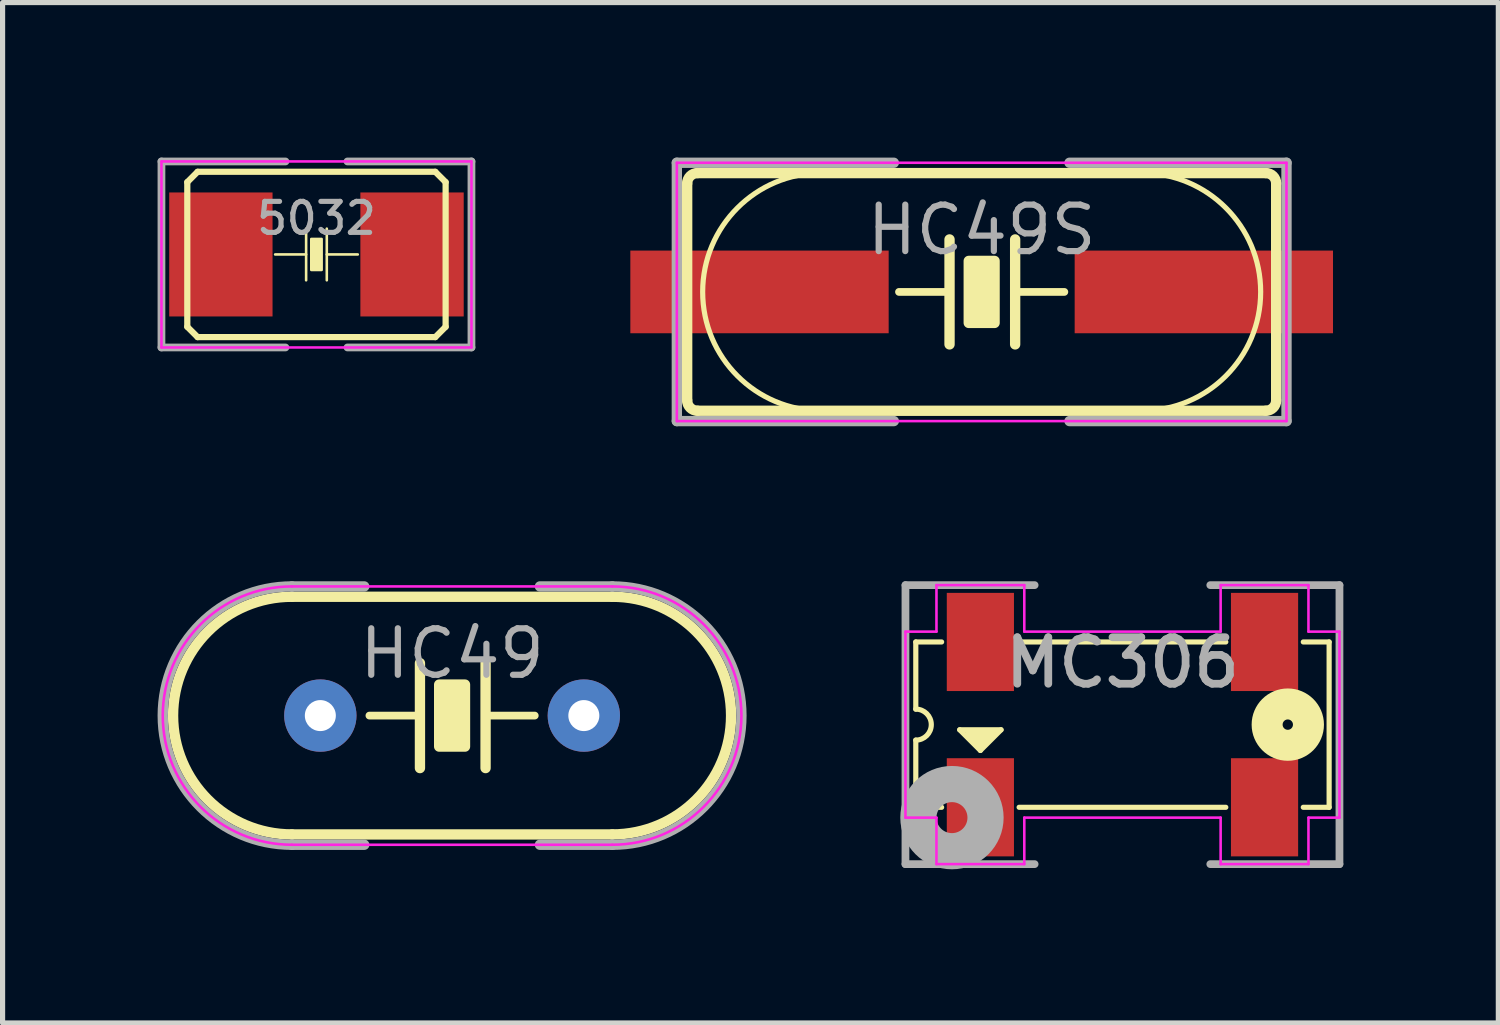
<source format=kicad_pcb>
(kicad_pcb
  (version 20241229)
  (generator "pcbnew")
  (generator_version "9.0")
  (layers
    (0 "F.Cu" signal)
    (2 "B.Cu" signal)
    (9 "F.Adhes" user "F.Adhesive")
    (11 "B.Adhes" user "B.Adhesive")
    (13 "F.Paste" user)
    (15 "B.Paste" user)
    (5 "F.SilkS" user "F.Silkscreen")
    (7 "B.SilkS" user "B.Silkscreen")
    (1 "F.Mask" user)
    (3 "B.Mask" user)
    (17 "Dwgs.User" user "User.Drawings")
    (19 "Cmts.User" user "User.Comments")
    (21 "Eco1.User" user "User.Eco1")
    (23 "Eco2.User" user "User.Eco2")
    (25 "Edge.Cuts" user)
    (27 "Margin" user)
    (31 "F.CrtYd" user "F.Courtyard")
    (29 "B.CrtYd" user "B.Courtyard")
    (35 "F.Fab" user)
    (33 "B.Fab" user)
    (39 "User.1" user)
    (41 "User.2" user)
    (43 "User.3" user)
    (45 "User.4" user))
  (footprint "HC49"
    (layer "F.Cu")
    (at 5.7 10.8)
    (property "Reference" "HC49" (at 0 -1.2 0) (layer "F.Fab") (effects (font (size 0.9 0.9) (thickness 0.12))))
    (attr through_hole)
    (fp_line (start -3.1 -2.3) (end 3.1 -2.3) (stroke (width 0.2) (type solid)) (layer "F.SilkS"))
    (fp_line (start -3.1 2.3) (end 3.1 2.3) (stroke (width 0.2) (type solid)) (layer "F.SilkS"))
    (fp_line (start -1.6 0) (end -0.622 0) (stroke (width 0.15) (type solid)) (layer "F.SilkS"))
    (fp_line (start -0.622 -1.016) (end -0.622 1.016) (stroke (width 0.2) (type solid)) (layer "F.SilkS"))
    (fp_line (start 0.648 -1.016) (end 0.648 1.016) (stroke (width 0.2) (type solid)) (layer "F.SilkS"))
    (fp_line (start 0.648 0) (end 1.6 0) (stroke (width 0.15) (type solid)) (layer "F.SilkS"))
    (fp_arc (start -3.1 2.3) (mid -5.4 0) (end -3.1 -2.3) (stroke (width 0.2) (type solid)) (layer "F.SilkS"))
    (fp_arc (start 3.1 -2.3) (mid 5.4 0) (end 3.1 2.3) (stroke (width 0.2) (type solid)) (layer "F.SilkS"))
    (fp_poly (pts (xy 0.25 0.6) (xy -0.25 0.6) (xy -0.25 -0.6) (xy 0.25 -0.6)) (stroke (width 0.2) (type solid)) (fill yes) (layer "F.SilkS"))
    (fp_line (start 3.1 -2.5) (end -3.1 -2.5) (stroke (width 0.05) (type solid)) (layer "F.CrtYd"))
    (fp_line (start 3.1 2.5) (end -3.1 2.5) (stroke (width 0.05) (type solid)) (layer "F.CrtYd"))
    (fp_arc (start -3.1 2.5) (mid -5.6 0) (end -3.1 -2.5) (stroke (width 0.05) (type solid)) (layer "F.CrtYd"))
    (fp_arc (start 3.1 -2.5) (mid 5.6 0) (end 3.1 2.5) (stroke (width 0.05) (type solid)) (layer "F.CrtYd"))
    (fp_line (start -3.1 -2.5) (end -1.7 -2.5) (stroke (width 0.2) (type solid)) (layer "F.Fab"))
    (fp_line (start -3.1 2.5) (end -1.7 2.5) (stroke (width 0.2) (type solid)) (layer "F.Fab"))
    (fp_line (start 1.7 -2.5) (end 3.1 -2.5) (stroke (width 0.2) (type solid)) (layer "F.Fab"))
    (fp_line (start 1.7 2.5) (end 3.1 2.5) (stroke (width 0.2) (type solid)) (layer "F.Fab"))
    (fp_arc (start -3.1 2.5) (mid -5.6 0) (end -3.1 -2.5) (stroke (width 0.2) (type solid)) (layer "F.Fab"))
    (fp_arc (start 3.1 -2.5) (mid 5.6 0) (end 3.1 2.5) (stroke (width 0.2) (type solid)) (layer "F.Fab"))
    (pad "1" thru_hole circle (at -2.55 0) (size 1.4 1.4) (drill 0.6) (layers "*.Cu" "*.Mask"))
    (pad "2" thru_hole circle (at 2.55 0) (size 1.4 1.4) (drill 0.6) (layers "*.Cu" "*.Mask")))
  (footprint "5032"
    (layer "F.Cu")
    (at 3.075 1.875)
    (property "Reference" "5032" (at 0 -0.7 0) (layer "F.Fab") (effects (font (size 0.6 0.6) (thickness 0.1))))
    (attr smd)
    (fp_line (start -2.5 -1.4) (end -2.5 1.4) (stroke (width 0.12) (type solid)) (layer "F.SilkS"))
    (fp_line (start -2.3 -1.6) (end -2.5 -1.4) (stroke (width 0.12) (type solid)) (layer "F.SilkS"))
    (fp_line (start -2.3 -1.6) (end 2.3 -1.6) (stroke (width 0.12) (type solid)) (layer "F.SilkS"))
    (fp_line (start -2.3 1.6) (end -2.5 1.4) (stroke (width 0.12) (type solid)) (layer "F.SilkS"))
    (fp_line (start -2.3 1.6) (end 2.3 1.6) (stroke (width 0.12) (type solid)) (layer "F.SilkS"))
    (fp_line (start -0.2 0) (end -0.8 0) (stroke (width 0.05) (type solid)) (layer "F.SilkS"))
    (fp_line (start -0.2 0.5) (end -0.2 -0.5) (stroke (width 0.05) (type solid)) (layer "F.SilkS"))
    (fp_line (start 0.2 -0.5) (end 0.2 0.5) (stroke (width 0.05) (type solid)) (layer "F.SilkS"))
    (fp_line (start 0.8 0) (end 0.2 0) (stroke (width 0.05) (type solid)) (layer "F.SilkS"))
    (fp_line (start 2.3 -1.6) (end 2.5 -1.4) (stroke (width 0.12) (type solid)) (layer "F.SilkS"))
    (fp_line (start 2.5 1.4) (end 2.3 1.6) (stroke (width 0.12) (type solid)) (layer "F.SilkS"))
    (fp_line (start 2.5 1.4) (end 2.5 -1.4) (stroke (width 0.12) (type solid)) (layer "F.SilkS"))
    (fp_poly (pts (xy 0.1 0.3) (xy -0.1 0.3) (xy -0.1 -0.3) (xy 0.1 -0.3)) (stroke (width 0.05) (type solid)) (fill yes) (layer "F.SilkS"))
    (fp_line (start -3 -1.8) (end 3 -1.8) (stroke (width 0.05) (type solid)) (layer "F.CrtYd"))
    (fp_line (start -3 1.8) (end -3 -1.8) (stroke (width 0.05) (type solid)) (layer "F.CrtYd"))
    (fp_line (start 3 -1.8) (end 3 1.8) (stroke (width 0.05) (type solid)) (layer "F.CrtYd"))
    (fp_line (start 3 1.8) (end -3 1.8) (stroke (width 0.05) (type solid)) (layer "F.CrtYd"))
    (fp_line (start -3 -1.8) (end -3 1.8) (stroke (width 0.15) (type solid)) (layer "F.Fab"))
    (fp_line (start -3 -1.8) (end -0.6 -1.8) (stroke (width 0.15) (type solid)) (layer "F.Fab"))
    (fp_line (start -3 1.8) (end -0.6 1.8) (stroke (width 0.15) (type solid)) (layer "F.Fab"))
    (fp_line (start 0.6 -1.8) (end 3 -1.8) (stroke (width 0.15) (type solid)) (layer "F.Fab"))
    (fp_line (start 3 -1.8) (end 3 1.8) (stroke (width 0.15) (type solid)) (layer "F.Fab"))
    (fp_line (start 3 1.8) (end 0.6 1.8) (stroke (width 0.15) (type solid)) (layer "F.Fab"))
    (pad "1" smd rect (at -1.85 0) (size 2 2.4) (layers "F.Cu" "F.Mask" "F.Paste"))
    (pad "2" smd rect (at 1.85 0) (size 2 2.4) (layers "F.Cu" "F.Mask" "F.Paste")))
  (footprint "MC306"
    (layer "F.Cu")
    (at 18.675 10.975)
    (property "Reference" "MC306" (at 0 -1.2 0) (layer "F.Fab") (effects (font (size 0.9 0.9) (thickness 0.15))))
    (attr smd)
    (fp_line (start -4 -1.6) (end -3.5 -1.6) (stroke (width 0.1) (type solid)) (layer "F.SilkS"))
    (fp_line (start -4 -0.3) (end -4 -1.6) (stroke (width 0.1) (type solid)) (layer "F.SilkS"))
    (fp_line (start -4 0.3) (end -4 1.6) (stroke (width 0.1) (type solid)) (layer "F.SilkS"))
    (fp_line (start -4 1.6) (end -3.5 1.6) (stroke (width 0.1) (type solid)) (layer "F.SilkS"))
    (fp_line (start -3.15 0.1) (end -2.35 0.1) (stroke (width 0.1) (type solid)) (layer "F.SilkS"))
    (fp_line (start -2.95 0.2) (end -2.55 0.2) (stroke (width 0.2) (type solid)) (layer "F.SilkS"))
    (fp_line (start -2.85 0.3) (end -2.65 0.3) (stroke (width 0.2) (type solid)) (layer "F.SilkS"))
    (fp_line (start -2.75 0.3) (end -2.75 0.4) (stroke (width 0.2) (type solid)) (layer "F.SilkS"))
    (fp_line (start -2.75 0.5) (end -3.15 0.1) (stroke (width 0.1) (type solid)) (layer "F.SilkS"))
    (fp_line (start -2.35 0.1) (end -2.75 0.5) (stroke (width 0.1) (type solid)) (layer "F.SilkS"))
    (fp_line (start -2 1.6) (end 2 1.6) (stroke (width 0.1) (type solid)) (layer "F.SilkS"))
    (fp_line (start 2 -1.6) (end -2 -1.6) (stroke (width 0.1) (type solid)) (layer "F.SilkS"))
    (fp_line (start 3.5 1.6) (end 4 1.6) (stroke (width 0.1) (type solid)) (layer "F.SilkS"))
    (fp_line (start 4 -1.6) (end 3.5 -1.6) (stroke (width 0.1) (type solid)) (layer "F.SilkS"))
    (fp_line (start 4 -1.6) (end 4 1.6) (stroke (width 0.1) (type solid)) (layer "F.SilkS"))
    (fp_arc (start -4 -0.3) (mid -3.7 0) (end -4 0.3) (stroke (width 0.1) (type solid)) (layer "F.SilkS"))
    (fp_circle (center 3.2 0) (end 3.3 0) (stroke (width 0.6) (type solid)) (fill no) (layer "F.SilkS"))
    (fp_line (start -4.2 -1.8) (end -3.6 -1.8) (stroke (width 0.05) (type solid)) (layer "F.CrtYd"))
    (fp_line (start -4.2 1.8) (end -4.2 -1.8) (stroke (width 0.05) (type solid)) (layer "F.CrtYd"))
    (fp_line (start -4.2 1.8) (end -3.6 1.8) (stroke (width 0.05) (type solid)) (layer "F.CrtYd"))
    (fp_line (start -3.6 -2.7) (end -1.9 -2.7) (stroke (width 0.05) (type solid)) (layer "F.CrtYd"))
    (fp_line (start -3.6 -1.8) (end -3.6 -2.7) (stroke (width 0.05) (type solid)) (layer "F.CrtYd"))
    (fp_line (start -3.6 1.8) (end -3.6 2.7) (stroke (width 0.05) (type solid)) (layer "F.CrtYd"))
    (fp_line (start -3.6 2.7) (end -1.9 2.7) (stroke (width 0.05) (type solid)) (layer "F.CrtYd"))
    (fp_line (start -1.9 -2.7) (end -1.9 -1.8) (stroke (width 0.05) (type solid)) (layer "F.CrtYd"))
    (fp_line (start -1.9 -1.8) (end 1.9 -1.8) (stroke (width 0.05) (type solid)) (layer "F.CrtYd"))
    (fp_line (start -1.9 1.8) (end 1.9 1.8) (stroke (width 0.05) (type solid)) (layer "F.CrtYd"))
    (fp_line (start -1.9 2.7) (end -1.9 1.8) (stroke (width 0.05) (type solid)) (layer "F.CrtYd"))
    (fp_line (start 1.9 -2.7) (end 3.6 -2.7) (stroke (width 0.05) (type solid)) (layer "F.CrtYd"))
    (fp_line (start 1.9 -1.8) (end 1.9 -2.7) (stroke (width 0.05) (type solid)) (layer "F.CrtYd"))
    (fp_line (start 1.9 1.8) (end 1.9 2.7) (stroke (width 0.05) (type solid)) (layer "F.CrtYd"))
    (fp_line (start 1.9 2.7) (end 3.6 2.7) (stroke (width 0.05) (type solid)) (layer "F.CrtYd"))
    (fp_line (start 3.6 -2.7) (end 3.6 -1.8) (stroke (width 0.05) (type solid)) (layer "F.CrtYd"))
    (fp_line (start 3.6 -1.8) (end 4.2 -1.8) (stroke (width 0.05) (type solid)) (layer "F.CrtYd"))
    (fp_line (start 3.6 1.8) (end 4.2 1.8) (stroke (width 0.05) (type solid)) (layer "F.CrtYd"))
    (fp_line (start 3.6 2.7) (end 3.6 1.8) (stroke (width 0.05) (type solid)) (layer "F.CrtYd"))
    (fp_line (start 4.2 -1.8) (end 4.2 1.8) (stroke (width 0.05) (type solid)) (layer "F.CrtYd"))
    (fp_line (start -4.2 -2.7) (end -4.2 2.7) (stroke (width 0.15) (type solid)) (layer "F.Fab"))
    (fp_line (start -4.2 2.7) (end -1.7 2.7) (stroke (width 0.15) (type solid)) (layer "F.Fab"))
    (fp_line (start -1.7 -2.7) (end -4.2 -2.7) (stroke (width 0.15) (type solid)) (layer "F.Fab"))
    (fp_line (start 1.7 2.7) (end 4.2 2.7) (stroke (width 0.15) (type solid)) (layer "F.Fab"))
    (fp_line (start 4.2 -2.7) (end 1.7 -2.7) (stroke (width 0.15) (type solid)) (layer "F.Fab"))
    (fp_line (start 4.2 2.7) (end 4.2 -2.7) (stroke (width 0.15) (type solid)) (layer "F.Fab"))
    (fp_circle (center -3.3 1.8) (end -3 1.8) (stroke (width 0.7) (type solid)) (fill no) (layer "F.Fab"))
    (pad "1" smd rect (at -2.75 1.6) (size 1.3 1.9) (layers "F.Cu" "F.Mask" "F.Paste"))
    (pad "2" smd rect (at -2.75 -1.6) (size 1.3 1.9) (layers "F.Cu" "F.Mask" "F.Paste"))
    (pad "3" smd rect (at 2.75 -1.6) (size 1.3 1.9) (layers "F.Cu" "F.Mask" "F.Paste"))
    (pad "3" smd rect (at 2.75 1.6) (size 1.3 1.9) (layers "F.Cu" "F.Mask" "F.Paste")))
  (footprint "HC49S"
    (layer "F.Cu")
    (at 15.95 2.6)
    (property "Reference" "HC49S" (at 0 -1.2 0) (layer "F.Fab") (effects (font (size 0.9 0.9) (thickness 0.12))))
    (attr through_hole)
    (fp_line (start -5.7 -2.1) (end -5.7 2.1) (stroke (width 0.2) (type solid)) (layer "F.SilkS"))
    (fp_line (start -5.5 2.3) (end 5.5 2.3) (stroke (width 0.2) (type solid)) (layer "F.SilkS"))
    (fp_line (start -1.6 0) (end -0.622 0) (stroke (width 0.15) (type solid)) (layer "F.SilkS"))
    (fp_line (start -0.622 -1.016) (end -0.622 1.016) (stroke (width 0.2) (type solid)) (layer "F.SilkS"))
    (fp_line (start 0.648 -1.016) (end 0.648 1.016) (stroke (width 0.2) (type solid)) (layer "F.SilkS"))
    (fp_line (start 0.648 0) (end 1.6 0) (stroke (width 0.15) (type solid)) (layer "F.SilkS"))
    (fp_line (start 5.5 -2.3) (end -5.5 -2.3) (stroke (width 0.2) (type solid)) (layer "F.SilkS"))
    (fp_line (start 5.7 -2.1) (end 5.7 2.1) (stroke (width 0.2) (type solid)) (layer "F.SilkS"))
    (fp_arc (start -5.7 -2.1) (mid -5.641421 -2.241421) (end -5.5 -2.3) (stroke (width 0.2) (type solid)) (layer "F.SilkS"))
    (fp_arc (start -5.5 2.3) (mid -5.641421 2.241421) (end -5.7 2.1) (stroke (width 0.2) (type solid)) (layer "F.SilkS"))
    (fp_arc (start -3.1 2.3) (mid -5.4 0) (end -3.1 -2.3) (stroke (width 0.1) (type solid)) (layer "F.SilkS"))
    (fp_arc (start 3.1 -2.3) (mid 5.4 0) (end 3.1 2.3) (stroke (width 0.1) (type solid)) (layer "F.SilkS"))
    (fp_arc (start 5.5 -2.3) (mid 5.641421 -2.241421) (end 5.7 -2.1) (stroke (width 0.2) (type solid)) (layer "F.SilkS"))
    (fp_arc (start 5.7 2.1) (mid 5.641421 2.241421) (end 5.5 2.3) (stroke (width 0.2) (type solid)) (layer "F.SilkS"))
    (fp_poly (pts (xy 0.25 0.6) (xy -0.25 0.6) (xy -0.25 -0.6) (xy 0.25 -0.6)) (stroke (width 0.2) (type solid)) (fill yes) (layer "F.SilkS"))
    (fp_line (start -5.9 -2.5) (end -5.9 2.5) (stroke (width 0.05) (type solid)) (layer "F.CrtYd"))
    (fp_line (start 5.9 -2.5) (end -5.9 -2.5) (stroke (width 0.05) (type solid)) (layer "F.CrtYd"))
    (fp_line (start 5.9 -2.5) (end 5.9 2.5) (stroke (width 0.05) (type solid)) (layer "F.CrtYd"))
    (fp_line (start 5.9 2.5) (end -5.9 2.5) (stroke (width 0.05) (type solid)) (layer "F.CrtYd"))
    (fp_line (start -5.9 -2.5) (end -1.7 -2.5) (stroke (width 0.2) (type solid)) (layer "F.Fab"))
    (fp_line (start -5.9 2.5) (end -5.9 -2.5) (stroke (width 0.2) (type solid)) (layer "F.Fab"))
    (fp_line (start -5.9 2.5) (end -1.7 2.5) (stroke (width 0.2) (type solid)) (layer "F.Fab"))
    (fp_line (start 1.7 -2.5) (end 5.9 -2.5) (stroke (width 0.2) (type solid)) (layer "F.Fab"))
    (fp_line (start 1.7 2.5) (end 5.9 2.5) (stroke (width 0.2) (type solid)) (layer "F.Fab"))
    (fp_line (start 5.9 2.5) (end 5.9 -2.5) (stroke (width 0.2) (type solid)) (layer "F.Fab"))
    (pad "1" smd rect (at -4.3 0) (size 5 1.6) (layers "F.Cu" "F.Mask" "F.Paste"))
    (pad "2" smd rect (at 4.3 0) (size 5 1.6) (layers "F.Cu" "F.Mask" "F.Paste")))
  (gr_rect
    (start -3 -3)
    (end 25.95 16.75)
    (stroke (width 0.1) (type default))
    (fill no)
    (layer "Edge.Cuts")))
</source>
